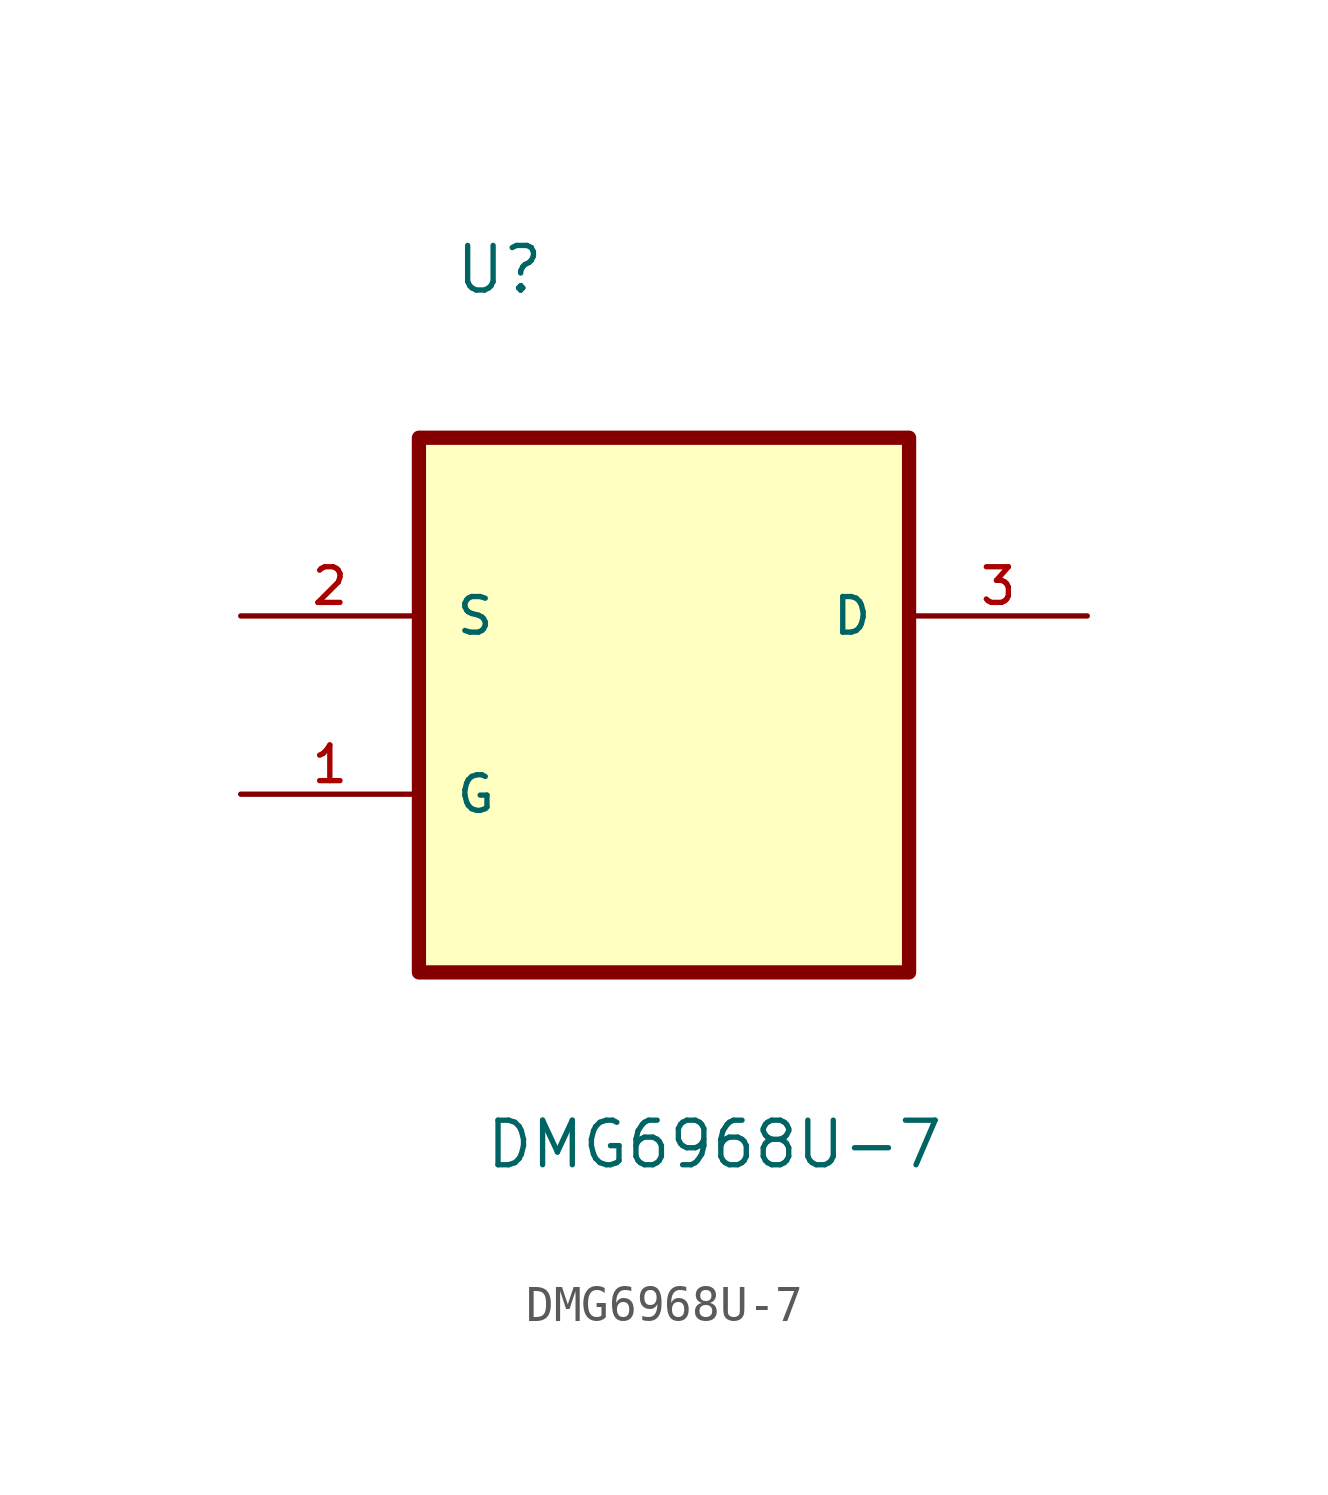
<source format=kicad_sym>
(kicad_symbol_lib
  (version 20241209)
  (generator "kicad_symbol_editor")
  (generator_version "9.0")
  (symbol "DMG6968U-7"
    (pin_names
      (offset 1.016))
    (property "Reference" "U"
      (at -5.364 9.127 0)
      (effects (font (size 1.27 1.27)) (justify left bottom)))
    (property "Value" "DMG6968U-7"
      (at -4.498 -15.805 0)
      (effects (font (size 1.27 1.27)) (justify left bottom)))
    (symbol "DMG6968U-7_0_0"
      (rectangle (start -6.35 5.08) (end 7.62 -10.16) (stroke (width 0.406) (type default)) (fill (type background))))
    (symbol "DMG6968U-7_1_0"
      (pin bidirectional line (at -11.43 0 0) (length 5.08) (name "S" (effects (font (size 1.016 1.016)))) (number "2" (effects (font (size 1.016 1.016)))))
      (pin bidirectional line (at -11.43 -5.08 0) (length 5.08) (name "G" (effects (font (size 1.016 1.016)))) (number "1" (effects (font (size 1.016 1.016)))))
      (pin bidirectional line (at 12.7 0 180) (length 5.08) (name "D" (effects (font (size 1.016 1.016)))) (number "3" (effects (font (size 1.016 1.016))))))))
</source>
